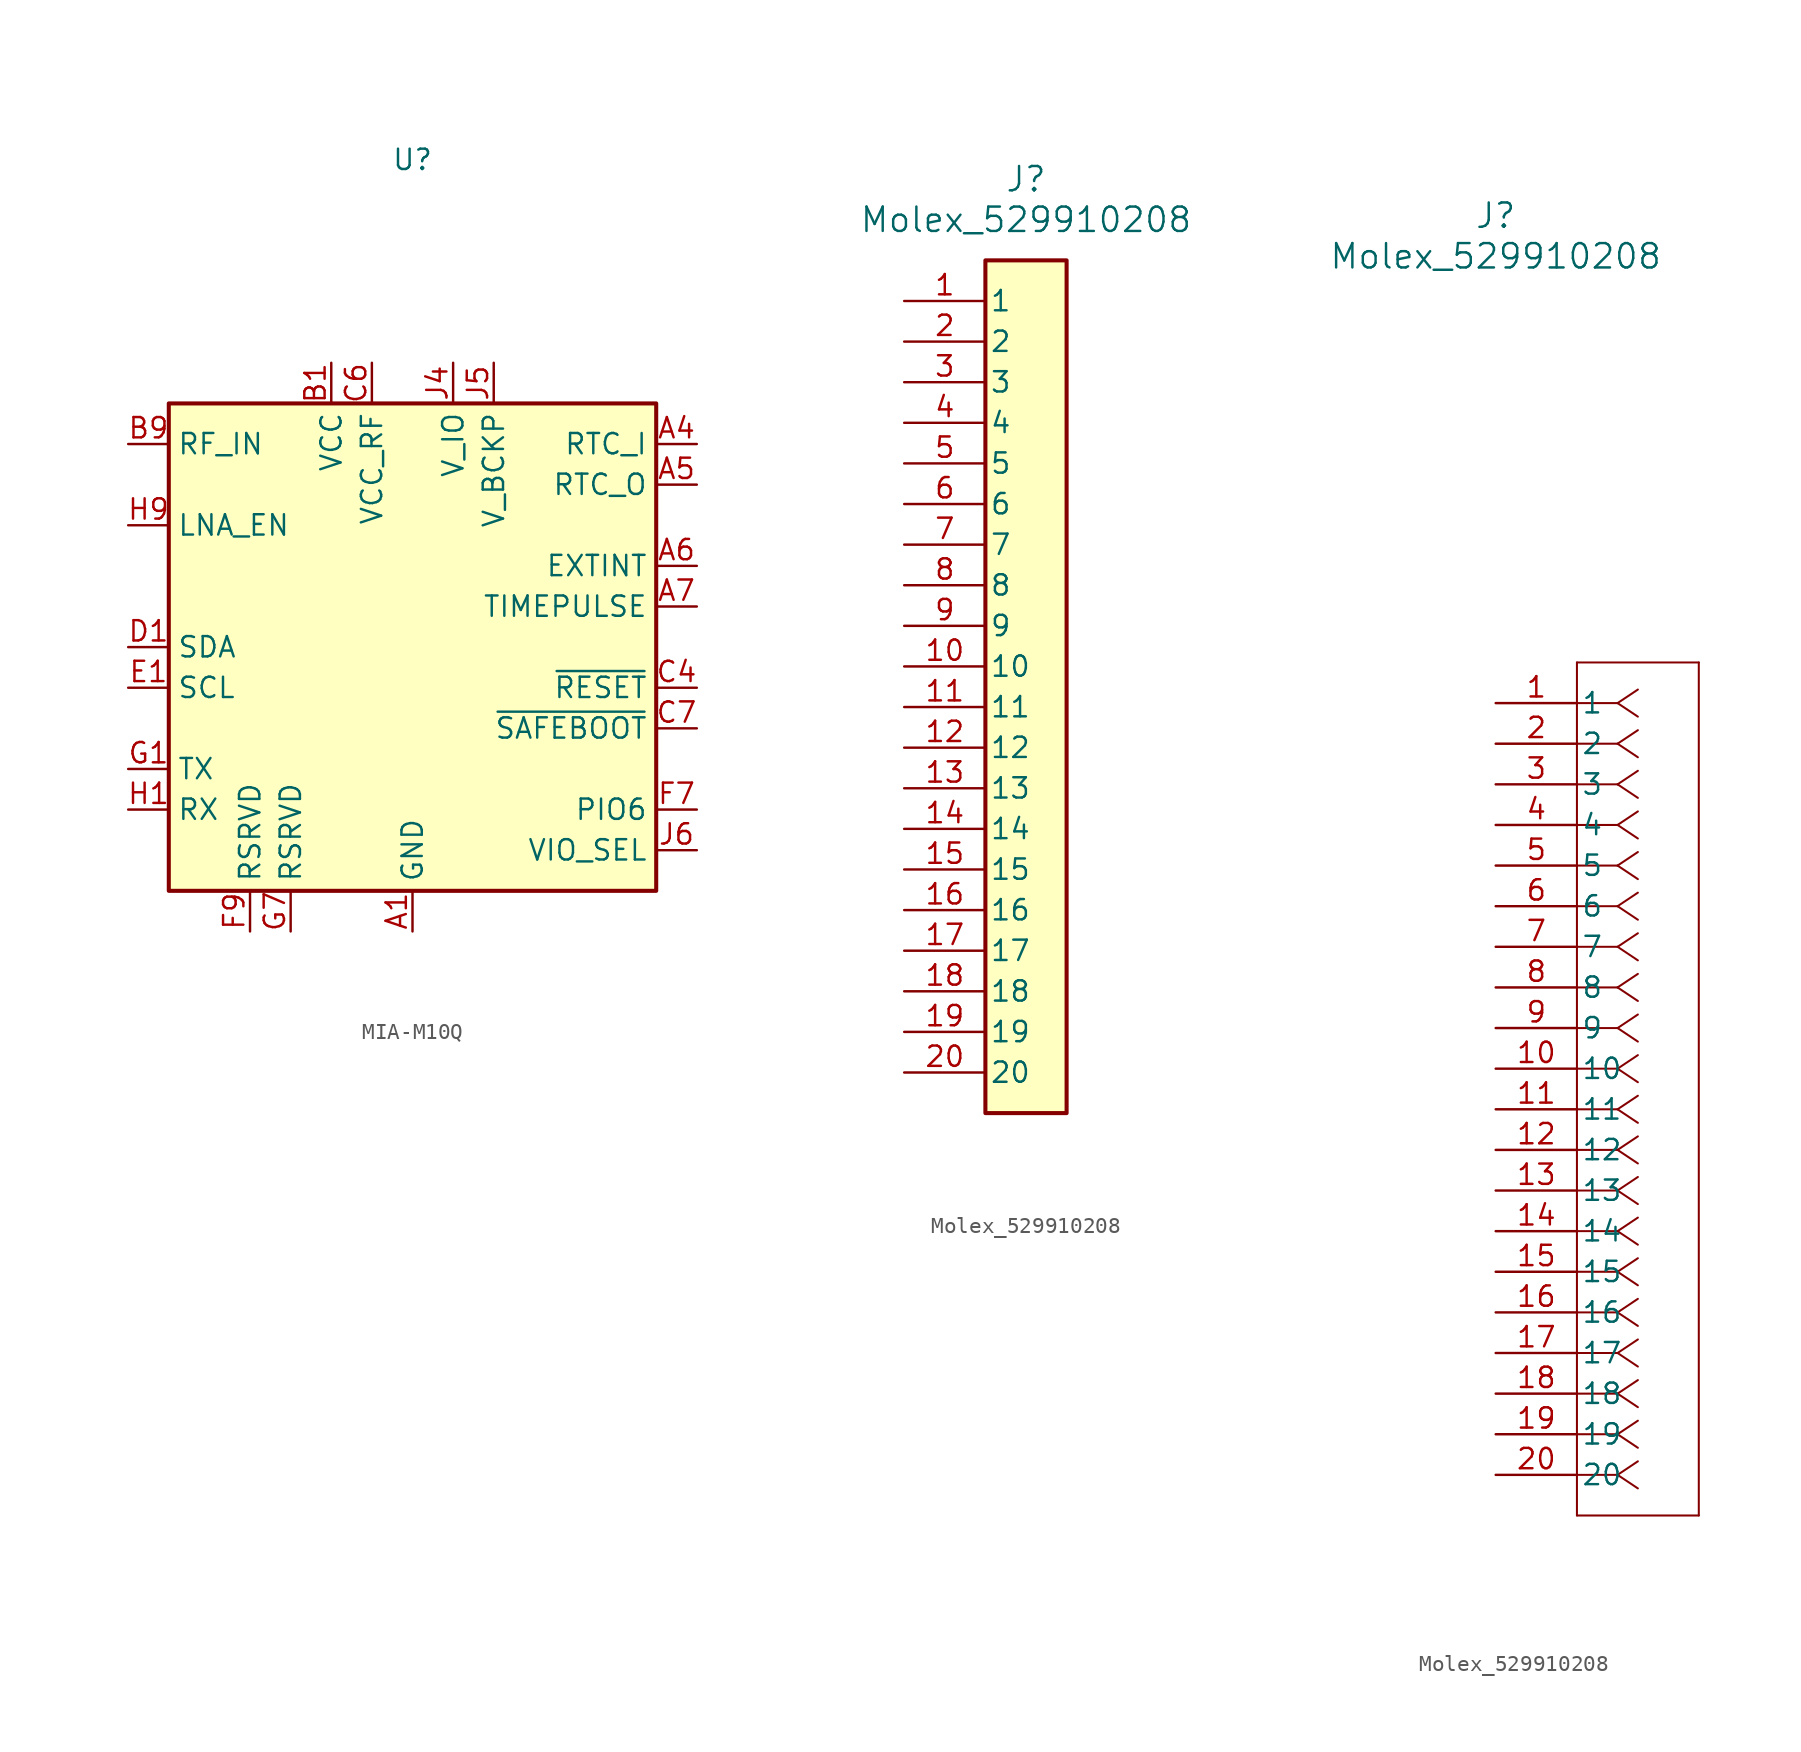
<source format=kicad_sym>
(kicad_symbol_lib
  (version 20231120)
  (generator "kicad_symbol_editor")
  (generator_version "8.0")
  (symbol "MIA-M10Q"
    (property "Reference" "U"
      (at 0 30.48 0)
      (effects (font (size 1.27 1.27))))
    (property "Value" ""
      (at -5.08 17.78 0)
      (effects (font (size 1.27 1.27))))
    (symbol "MIA-M10Q_1_1"
      (rectangle (start -15.24 15.24) (end 15.24 -15.24) (stroke (width 0.254) (type default)) (fill (type background)))
      (pin unspecified line (at 0 -17.78 90) (length 2.54) (name "GND" (effects (font (size 1.27 1.27)))) (number "A1" (effects (font (size 1.27 1.27)))))
      (pin unspecified line (at 0 -17.78 90) (length 2.54) hide (name "GND" (effects (font (size 1.27 1.27)))) (number "A2" (effects (font (size 1.27 1.27)))))
      (pin unspecified line (at 0 -17.78 90) (length 2.54) hide (name "GND" (effects (font (size 1.27 1.27)))) (number "A3" (effects (font (size 1.27 1.27)))))
      (pin input line (at 17.78 12.7 180) (length 2.54) (name "RTC_I" (effects (font (size 1.27 1.27)))) (number "A4" (effects (font (size 1.27 1.27)))))
      (pin output line (at 17.78 10.16 180) (length 2.54) (name "RTC_O" (effects (font (size 1.27 1.27)))) (number "A5" (effects (font (size 1.27 1.27)))))
      (pin input line (at 17.78 5.08 180) (length 2.54) (name "EXTINT" (effects (font (size 1.27 1.27)))) (number "A6" (effects (font (size 1.27 1.27)))))
      (pin output line (at 17.78 2.54 180) (length 2.54) (name "TIMEPULSE" (effects (font (size 1.27 1.27)))) (number "A7" (effects (font (size 1.27 1.27)))))
      (pin unspecified line (at 0 -17.78 90) (length 2.54) hide (name "GND" (effects (font (size 1.27 1.27)))) (number "A8" (effects (font (size 1.27 1.27)))))
      (pin unspecified line (at 0 -17.78 90) (length 2.54) hide (name "GND" (effects (font (size 1.27 1.27)))) (number "A9" (effects (font (size 1.27 1.27)))))
      (pin power_in line (at -5.08 17.78 270) (length 2.54) (name "VCC" (effects (font (size 1.27 1.27)))) (number "B1" (effects (font (size 1.27 1.27)))))
      (pin unspecified line (at 0 -17.78 90) (length 2.54) hide (name "GND" (effects (font (size 1.27 1.27)))) (number "B2" (effects (font (size 1.27 1.27)))))
      (pin unspecified line (at 0 -17.78 90) (length 2.54) hide (name "GND" (effects (font (size 1.27 1.27)))) (number "B8" (effects (font (size 1.27 1.27)))))
      (pin input line (at -17.78 12.7 0) (length 2.54) (name "RF_IN" (effects (font (size 1.27 1.27)))) (number "B9" (effects (font (size 1.27 1.27)))))
      (pin unspecified line (at 0 -17.78 90) (length 2.54) hide (name "GND" (effects (font (size 1.27 1.27)))) (number "C3" (effects (font (size 1.27 1.27)))))
      (pin unspecified line (at 17.78 -2.54 180) (length 2.54) (name "~{RESET}" (effects (font (size 1.27 1.27)))) (number "C4" (effects (font (size 1.27 1.27)))))
      (pin power_in line (at -2.54 17.78 270) (length 2.54) (name "VCC_RF" (effects (font (size 1.27 1.27)))) (number "C6" (effects (font (size 1.27 1.27)))))
      (pin input line (at 17.78 -5.08 180) (length 2.54) (name "~{SAFEBOOT}" (effects (font (size 1.27 1.27)))) (number "C7" (effects (font (size 1.27 1.27)))))
      (pin unspecified line (at 0 -17.78 90) (length 2.54) hide (name "GND" (effects (font (size 1.27 1.27)))) (number "C9" (effects (font (size 1.27 1.27)))))
      (pin bidirectional line (at -17.78 0 0) (length 2.54) (name "SDA" (effects (font (size 1.27 1.27)))) (number "D1" (effects (font (size 1.27 1.27)))))
      (pin input line (at -17.78 -2.54 0) (length 2.54) (name "SCL" (effects (font (size 1.27 1.27)))) (number "E1" (effects (font (size 1.27 1.27)))))
      (pin unspecified line (at 0 -17.78 90) (length 2.54) hide (name "GND" (effects (font (size 1.27 1.27)))) (number "E3" (effects (font (size 1.27 1.27)))))
      (pin unspecified line (at 0 -17.78 90) (length 2.54) hide (name "GND" (effects (font (size 1.27 1.27)))) (number "E4" (effects (font (size 1.27 1.27)))))
      (pin unspecified line (at 0 -17.78 90) (length 2.54) hide (name "GND" (effects (font (size 1.27 1.27)))) (number "E9" (effects (font (size 1.27 1.27)))))
      (pin unspecified line (at 0 -17.78 90) (length 2.54) hide (name "GND" (effects (font (size 1.27 1.27)))) (number "F1" (effects (font (size 1.27 1.27)))))
      (pin unspecified line (at 0 -17.78 90) (length 2.54) hide (name "GND" (effects (font (size 1.27 1.27)))) (number "F3" (effects (font (size 1.27 1.27)))))
      (pin unspecified line (at 0 -17.78 90) (length 2.54) hide (name "GND" (effects (font (size 1.27 1.27)))) (number "F4" (effects (font (size 1.27 1.27)))))
      (pin unspecified line (at 17.78 -10.16 180) (length 2.54) (name "PIO6" (effects (font (size 1.27 1.27)))) (number "F7" (effects (font (size 1.27 1.27)))))
      (pin unspecified line (at -10.16 -17.78 90) (length 2.54) (name "RSRVD" (effects (font (size 1.27 1.27)))) (number "F9" (effects (font (size 1.27 1.27)))))
      (pin output line (at -17.78 -7.62 0) (length 2.54) (name "TX" (effects (font (size 1.27 1.27)))) (number "G1" (effects (font (size 1.27 1.27)))))
      (pin unspecified line (at 0 -17.78 90) (length 2.54) hide (name "GND" (effects (font (size 1.27 1.27)))) (number "G3" (effects (font (size 1.27 1.27)))))
      (pin unspecified line (at 0 -17.78 90) (length 2.54) hide (name "GND" (effects (font (size 1.27 1.27)))) (number "G4" (effects (font (size 1.27 1.27)))))
      (pin unspecified line (at 0 -17.78 90) (length 2.54) hide (name "GND" (effects (font (size 1.27 1.27)))) (number "G5" (effects (font (size 1.27 1.27)))))
      (pin unspecified line (at 0 -17.78 90) (length 2.54) hide (name "GND" (effects (font (size 1.27 1.27)))) (number "G6" (effects (font (size 1.27 1.27)))))
      (pin unspecified line (at -7.62 -17.78 90) (length 2.54) (name "RSRVD" (effects (font (size 1.27 1.27)))) (number "G7" (effects (font (size 1.27 1.27)))))
      (pin input line (at -17.78 -10.16 0) (length 2.54) (name "RX" (effects (font (size 1.27 1.27)))) (number "H1" (effects (font (size 1.27 1.27)))))
      (pin unspecified line (at 0 -17.78 90) (length 2.54) hide (name "GND" (effects (font (size 1.27 1.27)))) (number "H8" (effects (font (size 1.27 1.27)))))
      (pin unspecified line (at -17.78 7.62 0) (length 2.54) (name "LNA_EN" (effects (font (size 1.27 1.27)))) (number "H9" (effects (font (size 1.27 1.27)))))
      (pin power_in line (at 2.54 17.78 270) (length 2.54) (name "V_IO" (effects (font (size 1.27 1.27)))) (number "J4" (effects (font (size 1.27 1.27)))))
      (pin power_in line (at 5.08 17.78 270) (length 2.54) (name "V_BCKP" (effects (font (size 1.27 1.27)))) (number "J5" (effects (font (size 1.27 1.27)))))
      (pin unspecified line (at 17.78 -12.7 180) (length 2.54) (name "VIO_SEL" (effects (font (size 1.27 1.27)))) (number "J6" (effects (font (size 1.27 1.27)))))
      (pin unspecified line (at 0 -17.78 90) (length 2.54) hide (name "GND" (effects (font (size 1.27 1.27)))) (number "J8" (effects (font (size 1.27 1.27)))))
      (pin unspecified line (at 0 -17.78 90) (length 2.54) hide (name "GND" (effects (font (size 1.27 1.27)))) (number "J9" (effects (font (size 1.27 1.27)))))))
  (symbol "Molex_529910208"
    (pin_names
      (offset 0.254))
    (property "Reference" "J"
      (at 0 30.48 0)
      (effects (font (size 1.524 1.524))))
    (property "Value" "Molex_529910208"
      (at 0 27.94 0)
      (effects (font (size 1.524 1.524))))
    (property "ki_locked" ""
      (at 0 0 0)
      (effects (font (size 1.27 1.27))))
    (symbol "Molex_529910208_1_1"
      (rectangle (start -2.54 25.4) (end 2.54 -27.94) (stroke (width 0.254) (type default)) (fill (type background)))
      (pin unspecified line (at -7.62 22.86 0) (length 5.08) (name "1" (effects (font (size 1.27 1.27)))) (number "1" (effects (font (size 1.27 1.27)))))
      (pin unspecified line (at -7.62 0 0) (length 5.08) (name "10" (effects (font (size 1.27 1.27)))) (number "10" (effects (font (size 1.27 1.27)))))
      (pin unspecified line (at -7.62 -2.54 0) (length 5.08) (name "11" (effects (font (size 1.27 1.27)))) (number "11" (effects (font (size 1.27 1.27)))))
      (pin unspecified line (at -7.62 -5.08 0) (length 5.08) (name "12" (effects (font (size 1.27 1.27)))) (number "12" (effects (font (size 1.27 1.27)))))
      (pin unspecified line (at -7.62 -7.62 0) (length 5.08) (name "13" (effects (font (size 1.27 1.27)))) (number "13" (effects (font (size 1.27 1.27)))))
      (pin unspecified line (at -7.62 -10.16 0) (length 5.08) (name "14" (effects (font (size 1.27 1.27)))) (number "14" (effects (font (size 1.27 1.27)))))
      (pin unspecified line (at -7.62 -12.7 0) (length 5.08) (name "15" (effects (font (size 1.27 1.27)))) (number "15" (effects (font (size 1.27 1.27)))))
      (pin unspecified line (at -7.62 -15.24 0) (length 5.08) (name "16" (effects (font (size 1.27 1.27)))) (number "16" (effects (font (size 1.27 1.27)))))
      (pin unspecified line (at -7.62 -17.78 0) (length 5.08) (name "17" (effects (font (size 1.27 1.27)))) (number "17" (effects (font (size 1.27 1.27)))))
      (pin unspecified line (at -7.62 -20.32 0) (length 5.08) (name "18" (effects (font (size 1.27 1.27)))) (number "18" (effects (font (size 1.27 1.27)))))
      (pin unspecified line (at -7.62 -22.86 0) (length 5.08) (name "19" (effects (font (size 1.27 1.27)))) (number "19" (effects (font (size 1.27 1.27)))))
      (pin unspecified line (at -7.62 20.32 0) (length 5.08) (name "2" (effects (font (size 1.27 1.27)))) (number "2" (effects (font (size 1.27 1.27)))))
      (pin unspecified line (at -7.62 -25.4 0) (length 5.08) (name "20" (effects (font (size 1.27 1.27)))) (number "20" (effects (font (size 1.27 1.27)))))
      (pin unspecified line (at -7.62 17.78 0) (length 5.08) (name "3" (effects (font (size 1.27 1.27)))) (number "3" (effects (font (size 1.27 1.27)))))
      (pin unspecified line (at -7.62 15.24 0) (length 5.08) (name "4" (effects (font (size 1.27 1.27)))) (number "4" (effects (font (size 1.27 1.27)))))
      (pin unspecified line (at -7.62 12.7 0) (length 5.08) (name "5" (effects (font (size 1.27 1.27)))) (number "5" (effects (font (size 1.27 1.27)))))
      (pin unspecified line (at -7.62 10.16 0) (length 5.08) (name "6" (effects (font (size 1.27 1.27)))) (number "6" (effects (font (size 1.27 1.27)))))
      (pin unspecified line (at -7.62 7.62 0) (length 5.08) (name "7" (effects (font (size 1.27 1.27)))) (number "7" (effects (font (size 1.27 1.27)))))
      (pin unspecified line (at -7.62 5.08 0) (length 5.08) (name "8" (effects (font (size 1.27 1.27)))) (number "8" (effects (font (size 1.27 1.27)))))
      (pin unspecified line (at -7.62 2.54 0) (length 5.08) (name "9" (effects (font (size 1.27 1.27)))) (number "9" (effects (font (size 1.27 1.27))))))
    (symbol "Molex_529910208_1_2"
      (polyline (pts (xy 5.08 -50.8) (xy 12.7 -50.8)) (stroke (width 0.127) (type default)) (fill (type none)))
      (polyline (pts (xy 5.08 2.54) (xy 5.08 -50.8)) (stroke (width 0.127) (type default)) (fill (type none)))
      (polyline (pts (xy 7.62 -48.26) (xy 5.08 -48.26)) (stroke (width 0.127) (type default)) (fill (type none)))
      (polyline (pts (xy 7.62 -48.26) (xy 8.89 -49.107)) (stroke (width 0.127) (type default)) (fill (type none)))
      (polyline (pts (xy 7.62 -48.26) (xy 8.89 -47.413)) (stroke (width 0.127) (type default)) (fill (type none)))
      (polyline (pts (xy 7.62 -45.72) (xy 5.08 -45.72)) (stroke (width 0.127) (type default)) (fill (type none)))
      (polyline (pts (xy 7.62 -45.72) (xy 8.89 -46.567)) (stroke (width 0.127) (type default)) (fill (type none)))
      (polyline (pts (xy 7.62 -45.72) (xy 8.89 -44.873)) (stroke (width 0.127) (type default)) (fill (type none)))
      (polyline (pts (xy 7.62 -43.18) (xy 5.08 -43.18)) (stroke (width 0.127) (type default)) (fill (type none)))
      (polyline (pts (xy 7.62 -43.18) (xy 8.89 -44.027)) (stroke (width 0.127) (type default)) (fill (type none)))
      (polyline (pts (xy 7.62 -43.18) (xy 8.89 -42.333)) (stroke (width 0.127) (type default)) (fill (type none)))
      (polyline (pts (xy 7.62 -40.64) (xy 5.08 -40.64)) (stroke (width 0.127) (type default)) (fill (type none)))
      (polyline (pts (xy 7.62 -40.64) (xy 8.89 -41.487)) (stroke (width 0.127) (type default)) (fill (type none)))
      (polyline (pts (xy 7.62 -40.64) (xy 8.89 -39.793)) (stroke (width 0.127) (type default)) (fill (type none)))
      (polyline (pts (xy 7.62 -38.1) (xy 5.08 -38.1)) (stroke (width 0.127) (type default)) (fill (type none)))
      (polyline (pts (xy 7.62 -38.1) (xy 8.89 -38.947)) (stroke (width 0.127) (type default)) (fill (type none)))
      (polyline (pts (xy 7.62 -38.1) (xy 8.89 -37.253)) (stroke (width 0.127) (type default)) (fill (type none)))
      (polyline (pts (xy 7.62 -35.56) (xy 5.08 -35.56)) (stroke (width 0.127) (type default)) (fill (type none)))
      (polyline (pts (xy 7.62 -35.56) (xy 8.89 -36.407)) (stroke (width 0.127) (type default)) (fill (type none)))
      (polyline (pts (xy 7.62 -35.56) (xy 8.89 -34.713)) (stroke (width 0.127) (type default)) (fill (type none)))
      (polyline (pts (xy 7.62 -33.02) (xy 5.08 -33.02)) (stroke (width 0.127) (type default)) (fill (type none)))
      (polyline (pts (xy 7.62 -33.02) (xy 8.89 -33.867)) (stroke (width 0.127) (type default)) (fill (type none)))
      (polyline (pts (xy 7.62 -33.02) (xy 8.89 -32.173)) (stroke (width 0.127) (type default)) (fill (type none)))
      (polyline (pts (xy 7.62 -30.48) (xy 5.08 -30.48)) (stroke (width 0.127) (type default)) (fill (type none)))
      (polyline (pts (xy 7.62 -30.48) (xy 8.89 -31.327)) (stroke (width 0.127) (type default)) (fill (type none)))
      (polyline (pts (xy 7.62 -30.48) (xy 8.89 -29.633)) (stroke (width 0.127) (type default)) (fill (type none)))
      (polyline (pts (xy 7.62 -27.94) (xy 5.08 -27.94)) (stroke (width 0.127) (type default)) (fill (type none)))
      (polyline (pts (xy 7.62 -27.94) (xy 8.89 -28.787)) (stroke (width 0.127) (type default)) (fill (type none)))
      (polyline (pts (xy 7.62 -27.94) (xy 8.89 -27.093)) (stroke (width 0.127) (type default)) (fill (type none)))
      (polyline (pts (xy 7.62 -25.4) (xy 5.08 -25.4)) (stroke (width 0.127) (type default)) (fill (type none)))
      (polyline (pts (xy 7.62 -25.4) (xy 8.89 -26.247)) (stroke (width 0.127) (type default)) (fill (type none)))
      (polyline (pts (xy 7.62 -25.4) (xy 8.89 -24.553)) (stroke (width 0.127) (type default)) (fill (type none)))
      (polyline (pts (xy 7.62 -22.86) (xy 5.08 -22.86)) (stroke (width 0.127) (type default)) (fill (type none)))
      (polyline (pts (xy 7.62 -22.86) (xy 8.89 -23.707)) (stroke (width 0.127) (type default)) (fill (type none)))
      (polyline (pts (xy 7.62 -22.86) (xy 8.89 -22.013)) (stroke (width 0.127) (type default)) (fill (type none)))
      (polyline (pts (xy 7.62 -20.32) (xy 5.08 -20.32)) (stroke (width 0.127) (type default)) (fill (type none)))
      (polyline (pts (xy 7.62 -20.32) (xy 8.89 -21.167)) (stroke (width 0.127) (type default)) (fill (type none)))
      (polyline (pts (xy 7.62 -20.32) (xy 8.89 -19.473)) (stroke (width 0.127) (type default)) (fill (type none)))
      (polyline (pts (xy 7.62 -17.78) (xy 5.08 -17.78)) (stroke (width 0.127) (type default)) (fill (type none)))
      (polyline (pts (xy 7.62 -17.78) (xy 8.89 -18.627)) (stroke (width 0.127) (type default)) (fill (type none)))
      (polyline (pts (xy 7.62 -17.78) (xy 8.89 -16.933)) (stroke (width 0.127) (type default)) (fill (type none)))
      (polyline (pts (xy 7.62 -15.24) (xy 5.08 -15.24)) (stroke (width 0.127) (type default)) (fill (type none)))
      (polyline (pts (xy 7.62 -15.24) (xy 8.89 -16.087)) (stroke (width 0.127) (type default)) (fill (type none)))
      (polyline (pts (xy 7.62 -15.24) (xy 8.89 -14.393)) (stroke (width 0.127) (type default)) (fill (type none)))
      (polyline (pts (xy 7.62 -12.7) (xy 5.08 -12.7)) (stroke (width 0.127) (type default)) (fill (type none)))
      (polyline (pts (xy 7.62 -12.7) (xy 8.89 -13.547)) (stroke (width 0.127) (type default)) (fill (type none)))
      (polyline (pts (xy 7.62 -12.7) (xy 8.89 -11.853)) (stroke (width 0.127) (type default)) (fill (type none)))
      (polyline (pts (xy 7.62 -10.16) (xy 5.08 -10.16)) (stroke (width 0.127) (type default)) (fill (type none)))
      (polyline (pts (xy 7.62 -10.16) (xy 8.89 -11.007)) (stroke (width 0.127) (type default)) (fill (type none)))
      (polyline (pts (xy 7.62 -10.16) (xy 8.89 -9.313)) (stroke (width 0.127) (type default)) (fill (type none)))
      (polyline (pts (xy 7.62 -7.62) (xy 5.08 -7.62)) (stroke (width 0.127) (type default)) (fill (type none)))
      (polyline (pts (xy 7.62 -7.62) (xy 8.89 -8.467)) (stroke (width 0.127) (type default)) (fill (type none)))
      (polyline (pts (xy 7.62 -7.62) (xy 8.89 -6.773)) (stroke (width 0.127) (type default)) (fill (type none)))
      (polyline (pts (xy 7.62 -5.08) (xy 5.08 -5.08)) (stroke (width 0.127) (type default)) (fill (type none)))
      (polyline (pts (xy 7.62 -5.08) (xy 8.89 -5.927)) (stroke (width 0.127) (type default)) (fill (type none)))
      (polyline (pts (xy 7.62 -5.08) (xy 8.89 -4.233)) (stroke (width 0.127) (type default)) (fill (type none)))
      (polyline (pts (xy 7.62 -2.54) (xy 5.08 -2.54)) (stroke (width 0.127) (type default)) (fill (type none)))
      (polyline (pts (xy 7.62 -2.54) (xy 8.89 -3.387)) (stroke (width 0.127) (type default)) (fill (type none)))
      (polyline (pts (xy 7.62 -2.54) (xy 8.89 -1.693)) (stroke (width 0.127) (type default)) (fill (type none)))
      (polyline (pts (xy 7.62 0) (xy 5.08 0)) (stroke (width 0.127) (type default)) (fill (type none)))
      (polyline (pts (xy 7.62 0) (xy 8.89 -0.847)) (stroke (width 0.127) (type default)) (fill (type none)))
      (polyline (pts (xy 7.62 0) (xy 8.89 0.847)) (stroke (width 0.127) (type default)) (fill (type none)))
      (polyline (pts (xy 12.7 -50.8) (xy 12.7 2.54)) (stroke (width 0.127) (type default)) (fill (type none)))
      (polyline (pts (xy 12.7 2.54) (xy 5.08 2.54)) (stroke (width 0.127) (type default)) (fill (type none)))
      (pin unspecified line (at 0 0 0) (length 5.08) (name "1" (effects (font (size 1.27 1.27)))) (number "1" (effects (font (size 1.27 1.27)))))
      (pin unspecified line (at 0 -22.86 0) (length 5.08) (name "10" (effects (font (size 1.27 1.27)))) (number "10" (effects (font (size 1.27 1.27)))))
      (pin unspecified line (at 0 -25.4 0) (length 5.08) (name "11" (effects (font (size 1.27 1.27)))) (number "11" (effects (font (size 1.27 1.27)))))
      (pin unspecified line (at 0 -27.94 0) (length 5.08) (name "12" (effects (font (size 1.27 1.27)))) (number "12" (effects (font (size 1.27 1.27)))))
      (pin unspecified line (at 0 -30.48 0) (length 5.08) (name "13" (effects (font (size 1.27 1.27)))) (number "13" (effects (font (size 1.27 1.27)))))
      (pin unspecified line (at 0 -33.02 0) (length 5.08) (name "14" (effects (font (size 1.27 1.27)))) (number "14" (effects (font (size 1.27 1.27)))))
      (pin unspecified line (at 0 -35.56 0) (length 5.08) (name "15" (effects (font (size 1.27 1.27)))) (number "15" (effects (font (size 1.27 1.27)))))
      (pin unspecified line (at 0 -38.1 0) (length 5.08) (name "16" (effects (font (size 1.27 1.27)))) (number "16" (effects (font (size 1.27 1.27)))))
      (pin unspecified line (at 0 -40.64 0) (length 5.08) (name "17" (effects (font (size 1.27 1.27)))) (number "17" (effects (font (size 1.27 1.27)))))
      (pin unspecified line (at 0 -43.18 0) (length 5.08) (name "18" (effects (font (size 1.27 1.27)))) (number "18" (effects (font (size 1.27 1.27)))))
      (pin unspecified line (at 0 -45.72 0) (length 5.08) (name "19" (effects (font (size 1.27 1.27)))) (number "19" (effects (font (size 1.27 1.27)))))
      (pin unspecified line (at 0 -2.54 0) (length 5.08) (name "2" (effects (font (size 1.27 1.27)))) (number "2" (effects (font (size 1.27 1.27)))))
      (pin unspecified line (at 0 -48.26 0) (length 5.08) (name "20" (effects (font (size 1.27 1.27)))) (number "20" (effects (font (size 1.27 1.27)))))
      (pin unspecified line (at 0 -5.08 0) (length 5.08) (name "3" (effects (font (size 1.27 1.27)))) (number "3" (effects (font (size 1.27 1.27)))))
      (pin unspecified line (at 0 -7.62 0) (length 5.08) (name "4" (effects (font (size 1.27 1.27)))) (number "4" (effects (font (size 1.27 1.27)))))
      (pin unspecified line (at 0 -10.16 0) (length 5.08) (name "5" (effects (font (size 1.27 1.27)))) (number "5" (effects (font (size 1.27 1.27)))))
      (pin unspecified line (at 0 -12.7 0) (length 5.08) (name "6" (effects (font (size 1.27 1.27)))) (number "6" (effects (font (size 1.27 1.27)))))
      (pin unspecified line (at 0 -15.24 0) (length 5.08) (name "7" (effects (font (size 1.27 1.27)))) (number "7" (effects (font (size 1.27 1.27)))))
      (pin unspecified line (at 0 -17.78 0) (length 5.08) (name "8" (effects (font (size 1.27 1.27)))) (number "8" (effects (font (size 1.27 1.27)))))
      (pin unspecified line (at 0 -20.32 0) (length 5.08) (name "9" (effects (font (size 1.27 1.27)))) (number "9" (effects (font (size 1.27 1.27))))))))
</source>
